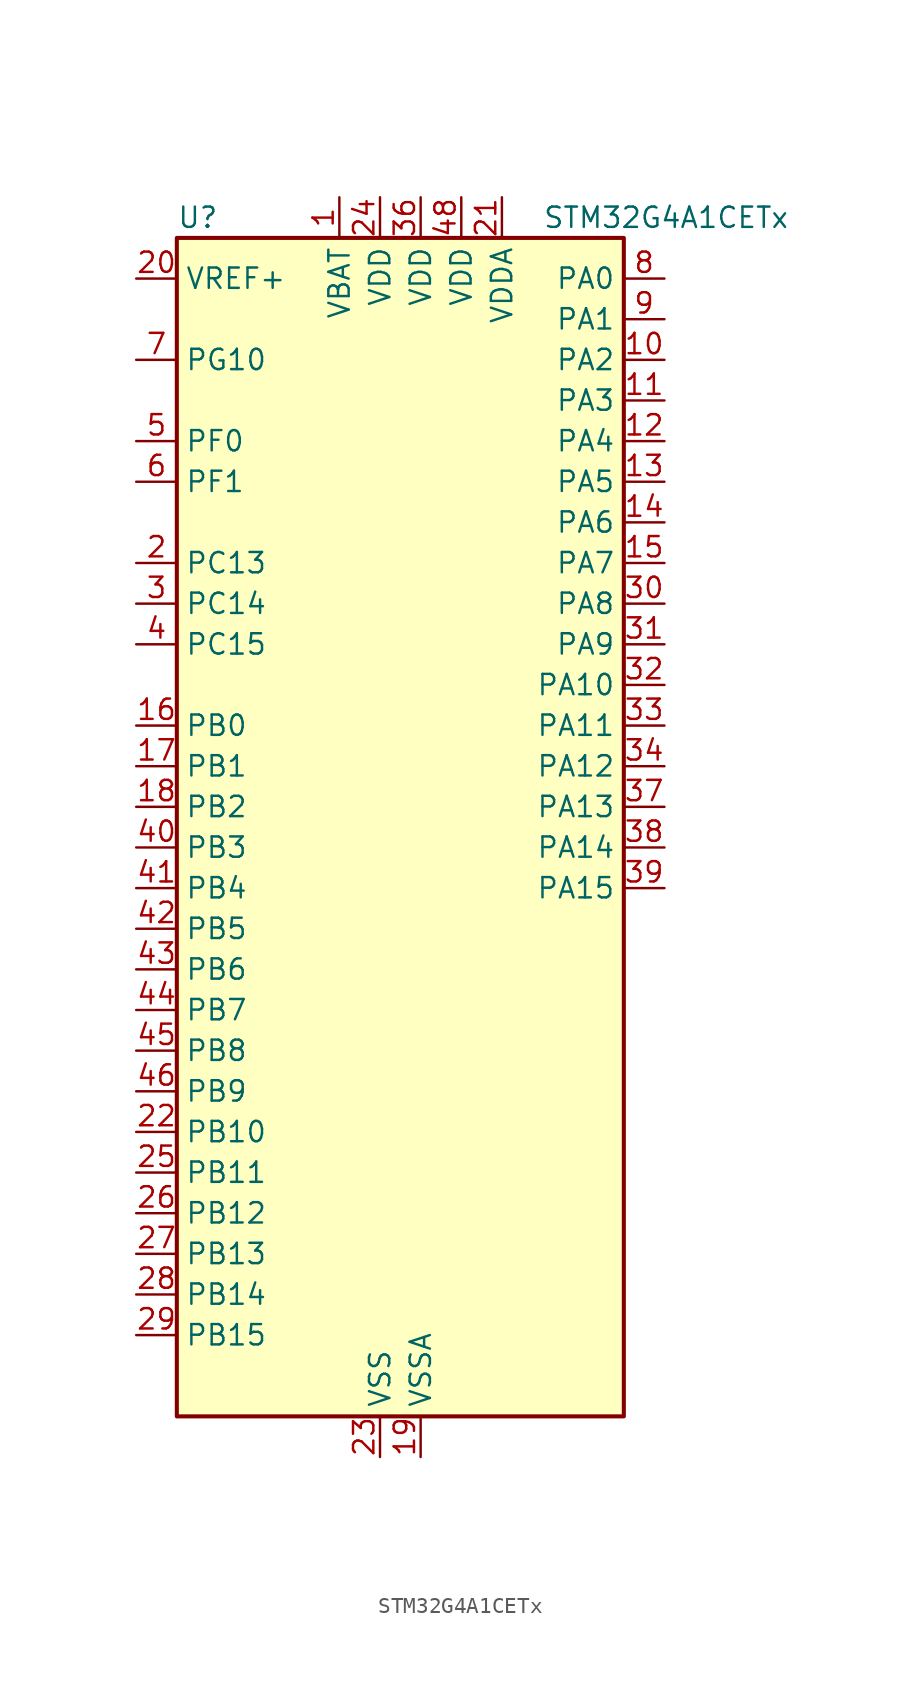
<source format=kicad_sym>
(kicad_symbol_lib
  (version 20231120)
  (generator "kicad_symbol_editor")
  (generator_version "8.0")
  (symbol "STM32G4A1CETx"
    (property "Reference" "U"
      (at -12.7 39.37 0)
      (effects (font (size 1.27 1.27)) (justify left)))
    (property "Value" "STM32G4A1CETx"
      (at 10.16 39.37 0)
      (effects (font (size 1.27 1.27)) (justify left)))
    (property "ki_locked" ""
      (at 0 0 0)
      (effects (font (size 1.27 1.27))))
    (symbol "STM32G4A1CETx_0_1"
      (rectangle (start -12.7 -35.56) (end 15.24 38.1) (stroke (width 0.254) (type default)) (fill (type background))))
    (symbol "STM32G4A1CETx_1_1"
      (pin power_in line (at -2.54 40.64 270) (length 2.54) (name "VBAT" (effects (font (size 1.27 1.27)))) (number "1" (effects (font (size 1.27 1.27)))))
      (pin bidirectional line (at 17.78 30.48 180) (length 2.54) (name "PA2" (effects (font (size 1.27 1.27)))) (number "10" (effects (font (size 1.27 1.27)))) (alternate "ADC1_IN3" bidirectional line) (alternate "ADC3_EXTI2" bidirectional line) (alternate "COMP2_INM" bidirectional line) (alternate "COMP2_OUT" bidirectional line) (alternate "LPUART1_TX" bidirectional line) (alternate "OPAMP1_VOUT" bidirectional line) (alternate "QUADSPI1_BK1_NCS" bidirectional line) (alternate "RCC_LSCO" bidirectional line) (alternate "SYS_WKUP4" bidirectional line) (alternate "TIM15_CH1" bidirectional line) (alternate "TIM2_CH3" bidirectional line) (alternate "UCPD1_FRSTX1" bidirectional line) (alternate "UCPD1_FRSTX2" bidirectional line) (alternate "USART2_TX" bidirectional line))
      (pin bidirectional line (at 17.78 27.94 180) (length 2.54) (name "PA3" (effects (font (size 1.27 1.27)))) (number "11" (effects (font (size 1.27 1.27)))) (alternate "ADC1_IN4" bidirectional line) (alternate "ADC3_EXTI3" bidirectional line) (alternate "COMP2_INP" bidirectional line) (alternate "LPUART1_RX" bidirectional line) (alternate "OPAMP1_VINM" bidirectional line) (alternate "OPAMP1_VINM0" bidirectional line) (alternate "OPAMP1_VINM_SEC" bidirectional line) (alternate "OPAMP1_VINP" bidirectional line) (alternate "OPAMP1_VINP_SEC" bidirectional line) (alternate "QUADSPI1_CLK" bidirectional line) (alternate "SAI1_CK1" bidirectional line) (alternate "SAI1_MCLK_A" bidirectional line) (alternate "TIM15_CH2" bidirectional line) (alternate "TIM2_CH4" bidirectional line) (alternate "USART2_RX" bidirectional line))
      (pin bidirectional line (at 17.78 25.4 180) (length 2.54) (name "PA4" (effects (font (size 1.27 1.27)))) (number "12" (effects (font (size 1.27 1.27)))) (alternate "ADC2_IN17" bidirectional line) (alternate "COMP1_INM" bidirectional line) (alternate "DAC1_OUT1" bidirectional line) (alternate "I2S3_WS" bidirectional line) (alternate "SAI1_FS_B" bidirectional line) (alternate "SPI1_NSS" bidirectional line) (alternate "SPI3_NSS" bidirectional line) (alternate "TIM3_CH2" bidirectional line) (alternate "USART2_CK" bidirectional line))
      (pin bidirectional line (at 17.78 22.86 180) (length 2.54) (name "PA5" (effects (font (size 1.27 1.27)))) (number "13" (effects (font (size 1.27 1.27)))) (alternate "ADC2_IN13" bidirectional line) (alternate "COMP2_INM" bidirectional line) (alternate "DAC1_OUT2" bidirectional line) (alternate "OPAMP2_VINM" bidirectional line) (alternate "OPAMP2_VINM0" bidirectional line) (alternate "OPAMP2_VINM_SEC" bidirectional line) (alternate "SPI1_SCK" bidirectional line) (alternate "TIM2_CH1" bidirectional line) (alternate "TIM2_ETR" bidirectional line) (alternate "UCPD1_FRSTX1" bidirectional line) (alternate "UCPD1_FRSTX2" bidirectional line))
      (pin bidirectional line (at 17.78 20.32 180) (length 2.54) (name "PA6" (effects (font (size 1.27 1.27)))) (number "14" (effects (font (size 1.27 1.27)))) (alternate "ADC2_IN3" bidirectional line) (alternate "COMP1_OUT" bidirectional line) (alternate "LPUART1_CTS" bidirectional line) (alternate "OPAMP2_VOUT" bidirectional line) (alternate "QUADSPI1_BK1_IO3" bidirectional line) (alternate "SPI1_MISO" bidirectional line) (alternate "TIM16_CH1" bidirectional line) (alternate "TIM1_BKIN" bidirectional line) (alternate "TIM3_CH1" bidirectional line) (alternate "TIM8_BKIN" bidirectional line))
      (pin bidirectional line (at 17.78 17.78 180) (length 2.54) (name "PA7" (effects (font (size 1.27 1.27)))) (number "15" (effects (font (size 1.27 1.27)))) (alternate "ADC2_IN4" bidirectional line) (alternate "COMP2_INP" bidirectional line) (alternate "COMP2_OUT" bidirectional line) (alternate "OPAMP1_VINP" bidirectional line) (alternate "OPAMP1_VINP_SEC" bidirectional line) (alternate "OPAMP2_VINP" bidirectional line) (alternate "OPAMP2_VINP_SEC" bidirectional line) (alternate "QUADSPI1_BK1_IO2" bidirectional line) (alternate "SPI1_MOSI" bidirectional line) (alternate "TIM17_CH1" bidirectional line) (alternate "TIM1_CH1N" bidirectional line) (alternate "TIM3_CH2" bidirectional line) (alternate "TIM8_CH1N" bidirectional line) (alternate "UCPD1_FRSTX1" bidirectional line) (alternate "UCPD1_FRSTX2" bidirectional line))
      (pin bidirectional line (at -15.24 7.62 0) (length 2.54) (name "PB0" (effects (font (size 1.27 1.27)))) (number "16" (effects (font (size 1.27 1.27)))) (alternate "ADC1_IN15" bidirectional line) (alternate "ADC3_IN12" bidirectional line) (alternate "COMP4_INP" bidirectional line) (alternate "OPAMP2_VINP" bidirectional line) (alternate "OPAMP2_VINP_SEC" bidirectional line) (alternate "OPAMP3_VINP" bidirectional line) (alternate "OPAMP3_VINP_SEC" bidirectional line) (alternate "QUADSPI1_BK1_IO1" bidirectional line) (alternate "TIM1_CH2N" bidirectional line) (alternate "TIM3_CH3" bidirectional line) (alternate "TIM8_CH2N" bidirectional line) (alternate "UCPD1_FRSTX1" bidirectional line) (alternate "UCPD1_FRSTX2" bidirectional line))
      (pin bidirectional line (at -15.24 5.08 0) (length 2.54) (name "PB1" (effects (font (size 1.27 1.27)))) (number "17" (effects (font (size 1.27 1.27)))) (alternate "ADC1_IN12" bidirectional line) (alternate "ADC3_IN1" bidirectional line) (alternate "COMP1_INP" bidirectional line) (alternate "COMP4_OUT" bidirectional line) (alternate "LPUART1_DE" bidirectional line) (alternate "LPUART1_RTS" bidirectional line) (alternate "OPAMP3_VOUT" bidirectional line) (alternate "OPAMP6_VINM" bidirectional line) (alternate "OPAMP6_VINM1" bidirectional line) (alternate "OPAMP6_VINM_SEC" bidirectional line) (alternate "QUADSPI1_BK1_IO0" bidirectional line) (alternate "TIM1_CH3N" bidirectional line) (alternate "TIM3_CH4" bidirectional line) (alternate "TIM8_CH3N" bidirectional line))
      (pin bidirectional line (at -15.24 2.54 0) (length 2.54) (name "PB2" (effects (font (size 1.27 1.27)))) (number "18" (effects (font (size 1.27 1.27)))) (alternate "ADC2_IN12" bidirectional line) (alternate "ADC3_EXTI2" bidirectional line) (alternate "COMP4_INM" bidirectional line) (alternate "I2C3_SMBA" bidirectional line) (alternate "LPTIM1_OUT" bidirectional line) (alternate "OPAMP3_VINM" bidirectional line) (alternate "OPAMP3_VINM0" bidirectional line) (alternate "OPAMP3_VINM_SEC" bidirectional line) (alternate "QUADSPI1_BK2_IO1" bidirectional line) (alternate "RTC_OUT2" bidirectional line) (alternate "TIM20_CH1" bidirectional line))
      (pin power_in line (at 2.54 -38.1 90) (length 2.54) (name "VSSA" (effects (font (size 1.27 1.27)))) (number "19" (effects (font (size 1.27 1.27)))))
      (pin bidirectional line (at -15.24 17.78 0) (length 2.54) (name "PC13" (effects (font (size 1.27 1.27)))) (number "2" (effects (font (size 1.27 1.27)))) (alternate "RTC_OUT1" bidirectional line) (alternate "RTC_TAMP1" bidirectional line) (alternate "RTC_TS" bidirectional line) (alternate "SYS_WKUP2" bidirectional line) (alternate "TIM1_BKIN" bidirectional line) (alternate "TIM1_CH1N" bidirectional line) (alternate "TIM8_CH4N" bidirectional line))
      (pin input line (at -15.24 35.56 0) (length 2.54) (name "VREF+" (effects (font (size 1.27 1.27)))) (number "20" (effects (font (size 1.27 1.27)))) (alternate "VREFBUF_OUT" bidirectional line))
      (pin power_in line (at 7.62 40.64 270) (length 2.54) (name "VDDA" (effects (font (size 1.27 1.27)))) (number "21" (effects (font (size 1.27 1.27)))))
      (pin bidirectional line (at -15.24 -17.78 0) (length 2.54) (name "PB10" (effects (font (size 1.27 1.27)))) (number "22" (effects (font (size 1.27 1.27)))) (alternate "DAC1_EXTI10" bidirectional line) (alternate "DAC3_EXTI10" bidirectional line) (alternate "LPUART1_RX" bidirectional line) (alternate "OPAMP3_VINM" bidirectional line) (alternate "OPAMP3_VINM1" bidirectional line) (alternate "OPAMP3_VINM_SEC" bidirectional line) (alternate "QUADSPI1_CLK" bidirectional line) (alternate "SAI1_SCK_A" bidirectional line) (alternate "TIM1_BKIN" bidirectional line) (alternate "TIM2_CH3" bidirectional line) (alternate "USART3_TX" bidirectional line))
      (pin power_in line (at 0 -38.1 90) (length 2.54) (name "VSS" (effects (font (size 1.27 1.27)))) (number "23" (effects (font (size 1.27 1.27)))))
      (pin power_in line (at 0 40.64 270) (length 2.54) (name "VDD" (effects (font (size 1.27 1.27)))) (number "24" (effects (font (size 1.27 1.27)))))
      (pin bidirectional line (at -15.24 -20.32 0) (length 2.54) (name "PB11" (effects (font (size 1.27 1.27)))) (number "25" (effects (font (size 1.27 1.27)))) (alternate "ADC1_EXTI11" bidirectional line) (alternate "ADC1_IN14" bidirectional line) (alternate "ADC2_EXTI11" bidirectional line) (alternate "ADC2_IN14" bidirectional line) (alternate "LPUART1_TX" bidirectional line) (alternate "OPAMP6_VOUT" bidirectional line) (alternate "QUADSPI1_BK1_NCS" bidirectional line) (alternate "TIM2_CH4" bidirectional line) (alternate "USART3_RX" bidirectional line))
      (pin bidirectional line (at -15.24 -22.86 0) (length 2.54) (name "PB12" (effects (font (size 1.27 1.27)))) (number "26" (effects (font (size 1.27 1.27)))) (alternate "ADC1_IN11" bidirectional line) (alternate "FDCAN2_RX" bidirectional line) (alternate "I2C2_SMBA" bidirectional line) (alternate "I2S2_WS" bidirectional line) (alternate "LPUART1_DE" bidirectional line) (alternate "LPUART1_RTS" bidirectional line) (alternate "OPAMP6_VINP" bidirectional line) (alternate "OPAMP6_VINP_SEC" bidirectional line) (alternate "SPI2_NSS" bidirectional line) (alternate "TIM1_BKIN" bidirectional line) (alternate "USART3_CK" bidirectional line))
      (pin bidirectional line (at -15.24 -25.4 0) (length 2.54) (name "PB13" (effects (font (size 1.27 1.27)))) (number "27" (effects (font (size 1.27 1.27)))) (alternate "ADC3_IN5" bidirectional line) (alternate "FDCAN2_TX" bidirectional line) (alternate "I2S2_CK" bidirectional line) (alternate "LPUART1_CTS" bidirectional line) (alternate "OPAMP3_VINP" bidirectional line) (alternate "OPAMP3_VINP_SEC" bidirectional line) (alternate "OPAMP6_VINP" bidirectional line) (alternate "OPAMP6_VINP_SEC" bidirectional line) (alternate "SPI2_SCK" bidirectional line) (alternate "TIM1_CH1N" bidirectional line) (alternate "USART3_CTS" bidirectional line) (alternate "USART3_NSS" bidirectional line))
      (pin bidirectional line (at -15.24 -27.94 0) (length 2.54) (name "PB14" (effects (font (size 1.27 1.27)))) (number "28" (effects (font (size 1.27 1.27)))) (alternate "ADC1_IN5" bidirectional line) (alternate "COMP4_OUT" bidirectional line) (alternate "OPAMP2_VINP" bidirectional line) (alternate "OPAMP2_VINP_SEC" bidirectional line) (alternate "SPI2_MISO" bidirectional line) (alternate "TIM15_CH1" bidirectional line) (alternate "TIM1_CH2N" bidirectional line) (alternate "USART3_DE" bidirectional line) (alternate "USART3_RTS" bidirectional line))
      (pin bidirectional line (at -15.24 -30.48 0) (length 2.54) (name "PB15" (effects (font (size 1.27 1.27)))) (number "29" (effects (font (size 1.27 1.27)))) (alternate "ADC1_EXTI15" bidirectional line) (alternate "ADC2_EXTI15" bidirectional line) (alternate "ADC2_IN15" bidirectional line) (alternate "COMP3_OUT" bidirectional line) (alternate "I2S2_SD" bidirectional line) (alternate "RTC_REFIN" bidirectional line) (alternate "SPI2_MOSI" bidirectional line) (alternate "TIM15_CH1N" bidirectional line) (alternate "TIM15_CH2" bidirectional line) (alternate "TIM1_CH3N" bidirectional line))
      (pin bidirectional line (at -15.24 15.24 0) (length 2.54) (name "PC14" (effects (font (size 1.27 1.27)))) (number "3" (effects (font (size 1.27 1.27)))) (alternate "RCC_OSC32_IN" bidirectional line))
      (pin bidirectional line (at 17.78 15.24 180) (length 2.54) (name "PA8" (effects (font (size 1.27 1.27)))) (number "30" (effects (font (size 1.27 1.27)))) (alternate "I2C2_SDA" bidirectional line) (alternate "I2C3_SCL" bidirectional line) (alternate "I2S2_MCK" bidirectional line) (alternate "RCC_MCO" bidirectional line) (alternate "SAI1_CK2" bidirectional line) (alternate "SAI1_SCK_A" bidirectional line) (alternate "TIM1_CH1" bidirectional line) (alternate "TIM4_ETR" bidirectional line) (alternate "USART1_CK" bidirectional line))
      (pin bidirectional line (at 17.78 12.7 180) (length 2.54) (name "PA9" (effects (font (size 1.27 1.27)))) (number "31" (effects (font (size 1.27 1.27)))) (alternate "DAC1_EXTI9" bidirectional line) (alternate "DAC3_EXTI9" bidirectional line) (alternate "I2C2_SCL" bidirectional line) (alternate "I2C3_SMBA" bidirectional line) (alternate "I2S3_MCK" bidirectional line) (alternate "SAI1_FS_A" bidirectional line) (alternate "TIM15_BKIN" bidirectional line) (alternate "TIM1_CH2" bidirectional line) (alternate "TIM2_CH3" bidirectional line) (alternate "UCPD1_DBCC1" bidirectional line) (alternate "USART1_TX" bidirectional line))
      (pin bidirectional line (at 17.78 10.16 180) (length 2.54) (name "PA10" (effects (font (size 1.27 1.27)))) (number "32" (effects (font (size 1.27 1.27)))) (alternate "CRS_SYNC" bidirectional line) (alternate "DAC1_EXTI10" bidirectional line) (alternate "DAC3_EXTI10" bidirectional line) (alternate "I2C2_SMBA" bidirectional line) (alternate "SAI1_D1" bidirectional line) (alternate "SAI1_SD_A" bidirectional line) (alternate "SPI2_MISO" bidirectional line) (alternate "TIM17_BKIN" bidirectional line) (alternate "TIM1_CH3" bidirectional line) (alternate "TIM2_CH4" bidirectional line) (alternate "TIM8_BKIN" bidirectional line) (alternate "UCPD1_DBCC2" bidirectional line) (alternate "USART1_RX" bidirectional line))
      (pin bidirectional line (at 17.78 7.62 180) (length 2.54) (name "PA11" (effects (font (size 1.27 1.27)))) (number "33" (effects (font (size 1.27 1.27)))) (alternate "ADC1_EXTI11" bidirectional line) (alternate "ADC2_EXTI11" bidirectional line) (alternate "COMP1_OUT" bidirectional line) (alternate "FDCAN1_RX" bidirectional line) (alternate "I2S2_SD" bidirectional line) (alternate "SPI2_MOSI" bidirectional line) (alternate "TIM1_BKIN2" bidirectional line) (alternate "TIM1_CH1N" bidirectional line) (alternate "TIM1_CH4" bidirectional line) (alternate "TIM4_CH1" bidirectional line) (alternate "USART1_CTS" bidirectional line) (alternate "USART1_NSS" bidirectional line) (alternate "USB_DM" bidirectional line))
      (pin bidirectional line (at 17.78 5.08 180) (length 2.54) (name "PA12" (effects (font (size 1.27 1.27)))) (number "34" (effects (font (size 1.27 1.27)))) (alternate "COMP2_OUT" bidirectional line) (alternate "FDCAN1_TX" bidirectional line) (alternate "I2S_CKIN" bidirectional line) (alternate "TIM16_CH1" bidirectional line) (alternate "TIM1_CH2N" bidirectional line) (alternate "TIM1_ETR" bidirectional line) (alternate "TIM4_CH2" bidirectional line) (alternate "USART1_DE" bidirectional line) (alternate "USART1_RTS" bidirectional line) (alternate "USB_DP" bidirectional line))
      (pin passive line (at 0 -38.1 90) (length 2.54) hide (name "VSS" (effects (font (size 1.27 1.27)))) (number "35" (effects (font (size 1.27 1.27)))))
      (pin power_in line (at 2.54 40.64 270) (length 2.54) (name "VDD" (effects (font (size 1.27 1.27)))) (number "36" (effects (font (size 1.27 1.27)))))
      (pin bidirectional line (at 17.78 2.54 180) (length 2.54) (name "PA13" (effects (font (size 1.27 1.27)))) (number "37" (effects (font (size 1.27 1.27)))) (alternate "I2C1_SCL" bidirectional line) (alternate "IR_OUT" bidirectional line) (alternate "SAI1_SD_B" bidirectional line) (alternate "SYS_JTMS-SWDIO" bidirectional line) (alternate "TIM16_CH1N" bidirectional line) (alternate "TIM4_CH3" bidirectional line) (alternate "USART3_CTS" bidirectional line) (alternate "USART3_NSS" bidirectional line))
      (pin bidirectional line (at 17.78 0 180) (length 2.54) (name "PA14" (effects (font (size 1.27 1.27)))) (number "38" (effects (font (size 1.27 1.27)))) (alternate "I2C1_SDA" bidirectional line) (alternate "LPTIM1_OUT" bidirectional line) (alternate "SAI1_FS_B" bidirectional line) (alternate "SYS_JTCK-SWCLK" bidirectional line) (alternate "TIM1_BKIN" bidirectional line) (alternate "TIM8_CH2" bidirectional line) (alternate "USART2_TX" bidirectional line))
      (pin bidirectional line (at 17.78 -2.54 180) (length 2.54) (name "PA15" (effects (font (size 1.27 1.27)))) (number "39" (effects (font (size 1.27 1.27)))) (alternate "ADC1_EXTI15" bidirectional line) (alternate "ADC2_EXTI15" bidirectional line) (alternate "I2C1_SCL" bidirectional line) (alternate "I2S3_WS" bidirectional line) (alternate "SPI1_NSS" bidirectional line) (alternate "SPI3_NSS" bidirectional line) (alternate "SYS_JTDI" bidirectional line) (alternate "TIM1_BKIN" bidirectional line) (alternate "TIM20_ETR" bidirectional line) (alternate "TIM2_CH1" bidirectional line) (alternate "TIM2_ETR" bidirectional line) (alternate "TIM8_CH1" bidirectional line) (alternate "USART2_RX" bidirectional line))
      (pin bidirectional line (at -15.24 12.7 0) (length 2.54) (name "PC15" (effects (font (size 1.27 1.27)))) (number "4" (effects (font (size 1.27 1.27)))) (alternate "ADC1_EXTI15" bidirectional line) (alternate "ADC2_EXTI15" bidirectional line) (alternate "RCC_OSC32_OUT" bidirectional line))
      (pin bidirectional line (at -15.24 0 0) (length 2.54) (name "PB3" (effects (font (size 1.27 1.27)))) (number "40" (effects (font (size 1.27 1.27)))) (alternate "ADC3_EXTI3" bidirectional line) (alternate "CRS_SYNC" bidirectional line) (alternate "I2S3_CK" bidirectional line) (alternate "SAI1_SCK_B" bidirectional line) (alternate "SPI1_SCK" bidirectional line) (alternate "SPI3_SCK" bidirectional line) (alternate "SYS_JTDO-SWO" bidirectional line) (alternate "TIM2_CH2" bidirectional line) (alternate "TIM3_ETR" bidirectional line) (alternate "TIM4_ETR" bidirectional line) (alternate "TIM8_CH1N" bidirectional line) (alternate "USART2_TX" bidirectional line))
      (pin bidirectional line (at -15.24 -2.54 0) (length 2.54) (name "PB4" (effects (font (size 1.27 1.27)))) (number "41" (effects (font (size 1.27 1.27)))) (alternate "SAI1_MCLK_B" bidirectional line) (alternate "SPI1_MISO" bidirectional line) (alternate "SPI3_MISO" bidirectional line) (alternate "SYS_JTRST" bidirectional line) (alternate "TIM16_CH1" bidirectional line) (alternate "TIM17_BKIN" bidirectional line) (alternate "TIM3_CH1" bidirectional line) (alternate "TIM8_CH2N" bidirectional line) (alternate "UCPD1_CC2" bidirectional line) (alternate "USART2_RX" bidirectional line))
      (pin bidirectional line (at -15.24 -5.08 0) (length 2.54) (name "PB5" (effects (font (size 1.27 1.27)))) (number "42" (effects (font (size 1.27 1.27)))) (alternate "FDCAN2_RX" bidirectional line) (alternate "I2C1_SMBA" bidirectional line) (alternate "I2C3_SDA" bidirectional line) (alternate "I2S3_SD" bidirectional line) (alternate "LPTIM1_IN1" bidirectional line) (alternate "SAI1_SD_B" bidirectional line) (alternate "SPI1_MOSI" bidirectional line) (alternate "SPI3_MOSI" bidirectional line) (alternate "TIM16_BKIN" bidirectional line) (alternate "TIM17_CH1" bidirectional line) (alternate "TIM3_CH2" bidirectional line) (alternate "TIM8_CH3N" bidirectional line) (alternate "USART2_CK" bidirectional line))
      (pin bidirectional line (at -15.24 -7.62 0) (length 2.54) (name "PB6" (effects (font (size 1.27 1.27)))) (number "43" (effects (font (size 1.27 1.27)))) (alternate "COMP4_OUT" bidirectional line) (alternate "FDCAN2_TX" bidirectional line) (alternate "LPTIM1_ETR" bidirectional line) (alternate "SAI1_FS_B" bidirectional line) (alternate "TIM16_CH1N" bidirectional line) (alternate "TIM4_CH1" bidirectional line) (alternate "TIM8_BKIN2" bidirectional line) (alternate "TIM8_CH1" bidirectional line) (alternate "TIM8_ETR" bidirectional line) (alternate "UCPD1_CC1" bidirectional line) (alternate "USART1_TX" bidirectional line))
      (pin bidirectional line (at -15.24 -10.16 0) (length 2.54) (name "PB7" (effects (font (size 1.27 1.27)))) (number "44" (effects (font (size 1.27 1.27)))) (alternate "COMP3_OUT" bidirectional line) (alternate "I2C1_SDA" bidirectional line) (alternate "LPTIM1_IN2" bidirectional line) (alternate "SYS_PVD_IN" bidirectional line) (alternate "TIM17_CH1N" bidirectional line) (alternate "TIM3_CH4" bidirectional line) (alternate "TIM4_CH2" bidirectional line) (alternate "TIM8_BKIN" bidirectional line) (alternate "USART1_RX" bidirectional line))
      (pin bidirectional line (at -15.24 -12.7 0) (length 2.54) (name "PB8" (effects (font (size 1.27 1.27)))) (number "45" (effects (font (size 1.27 1.27)))) (alternate "COMP1_OUT" bidirectional line) (alternate "FDCAN1_RX" bidirectional line) (alternate "I2C1_SCL" bidirectional line) (alternate "SAI1_CK1" bidirectional line) (alternate "SAI1_MCLK_A" bidirectional line) (alternate "TIM16_CH1" bidirectional line) (alternate "TIM1_BKIN" bidirectional line) (alternate "TIM4_CH3" bidirectional line) (alternate "TIM8_CH2" bidirectional line) (alternate "USART3_RX" bidirectional line))
      (pin bidirectional line (at -15.24 -15.24 0) (length 2.54) (name "PB9" (effects (font (size 1.27 1.27)))) (number "46" (effects (font (size 1.27 1.27)))) (alternate "COMP2_OUT" bidirectional line) (alternate "DAC1_EXTI9" bidirectional line) (alternate "DAC3_EXTI9" bidirectional line) (alternate "FDCAN1_TX" bidirectional line) (alternate "I2C1_SDA" bidirectional line) (alternate "IR_OUT" bidirectional line) (alternate "SAI1_D2" bidirectional line) (alternate "SAI1_FS_A" bidirectional line) (alternate "TIM17_CH1" bidirectional line) (alternate "TIM1_CH3N" bidirectional line) (alternate "TIM4_CH4" bidirectional line) (alternate "TIM8_CH3" bidirectional line) (alternate "USART3_TX" bidirectional line))
      (pin passive line (at 0 -38.1 90) (length 2.54) hide (name "VSS" (effects (font (size 1.27 1.27)))) (number "47" (effects (font (size 1.27 1.27)))))
      (pin power_in line (at 5.08 40.64 270) (length 2.54) (name "VDD" (effects (font (size 1.27 1.27)))) (number "48" (effects (font (size 1.27 1.27)))))
      (pin bidirectional line (at -15.24 25.4 0) (length 2.54) (name "PF0" (effects (font (size 1.27 1.27)))) (number "5" (effects (font (size 1.27 1.27)))) (alternate "ADC1_IN10" bidirectional line) (alternate "I2C2_SDA" bidirectional line) (alternate "I2S2_WS" bidirectional line) (alternate "RCC_OSC_IN" bidirectional line) (alternate "SPI2_NSS" bidirectional line) (alternate "TIM1_CH3N" bidirectional line))
      (pin bidirectional line (at -15.24 22.86 0) (length 2.54) (name "PF1" (effects (font (size 1.27 1.27)))) (number "6" (effects (font (size 1.27 1.27)))) (alternate "ADC2_IN10" bidirectional line) (alternate "COMP3_INM" bidirectional line) (alternate "I2S2_CK" bidirectional line) (alternate "RCC_OSC_OUT" bidirectional line) (alternate "SPI2_SCK" bidirectional line))
      (pin bidirectional line (at -15.24 30.48 0) (length 2.54) (name "PG10" (effects (font (size 1.27 1.27)))) (number "7" (effects (font (size 1.27 1.27)))) (alternate "DAC1_EXTI10" bidirectional line) (alternate "DAC3_EXTI10" bidirectional line) (alternate "RCC_MCO" bidirectional line))
      (pin bidirectional line (at 17.78 35.56 180) (length 2.54) (name "PA0" (effects (font (size 1.27 1.27)))) (number "8" (effects (font (size 1.27 1.27)))) (alternate "ADC1_IN1" bidirectional line) (alternate "ADC2_IN1" bidirectional line) (alternate "COMP1_INM" bidirectional line) (alternate "COMP1_OUT" bidirectional line) (alternate "COMP3_INP" bidirectional line) (alternate "RTC_TAMP2" bidirectional line) (alternate "SYS_WKUP1" bidirectional line) (alternate "TIM2_CH1" bidirectional line) (alternate "TIM2_ETR" bidirectional line) (alternate "TIM8_BKIN" bidirectional line) (alternate "TIM8_ETR" bidirectional line) (alternate "USART2_CTS" bidirectional line) (alternate "USART2_NSS" bidirectional line))
      (pin bidirectional line (at 17.78 33.02 180) (length 2.54) (name "PA1" (effects (font (size 1.27 1.27)))) (number "9" (effects (font (size 1.27 1.27)))) (alternate "ADC1_IN2" bidirectional line) (alternate "ADC2_IN2" bidirectional line) (alternate "COMP1_INP" bidirectional line) (alternate "OPAMP1_VINP" bidirectional line) (alternate "OPAMP1_VINP_SEC" bidirectional line) (alternate "OPAMP3_VINP" bidirectional line) (alternate "OPAMP3_VINP_SEC" bidirectional line) (alternate "OPAMP6_VINM" bidirectional line) (alternate "OPAMP6_VINM0" bidirectional line) (alternate "OPAMP6_VINM_SEC" bidirectional line) (alternate "RTC_REFIN" bidirectional line) (alternate "TIM15_CH1N" bidirectional line) (alternate "TIM2_CH2" bidirectional line) (alternate "USART2_DE" bidirectional line) (alternate "USART2_RTS" bidirectional line)))))
</source>
